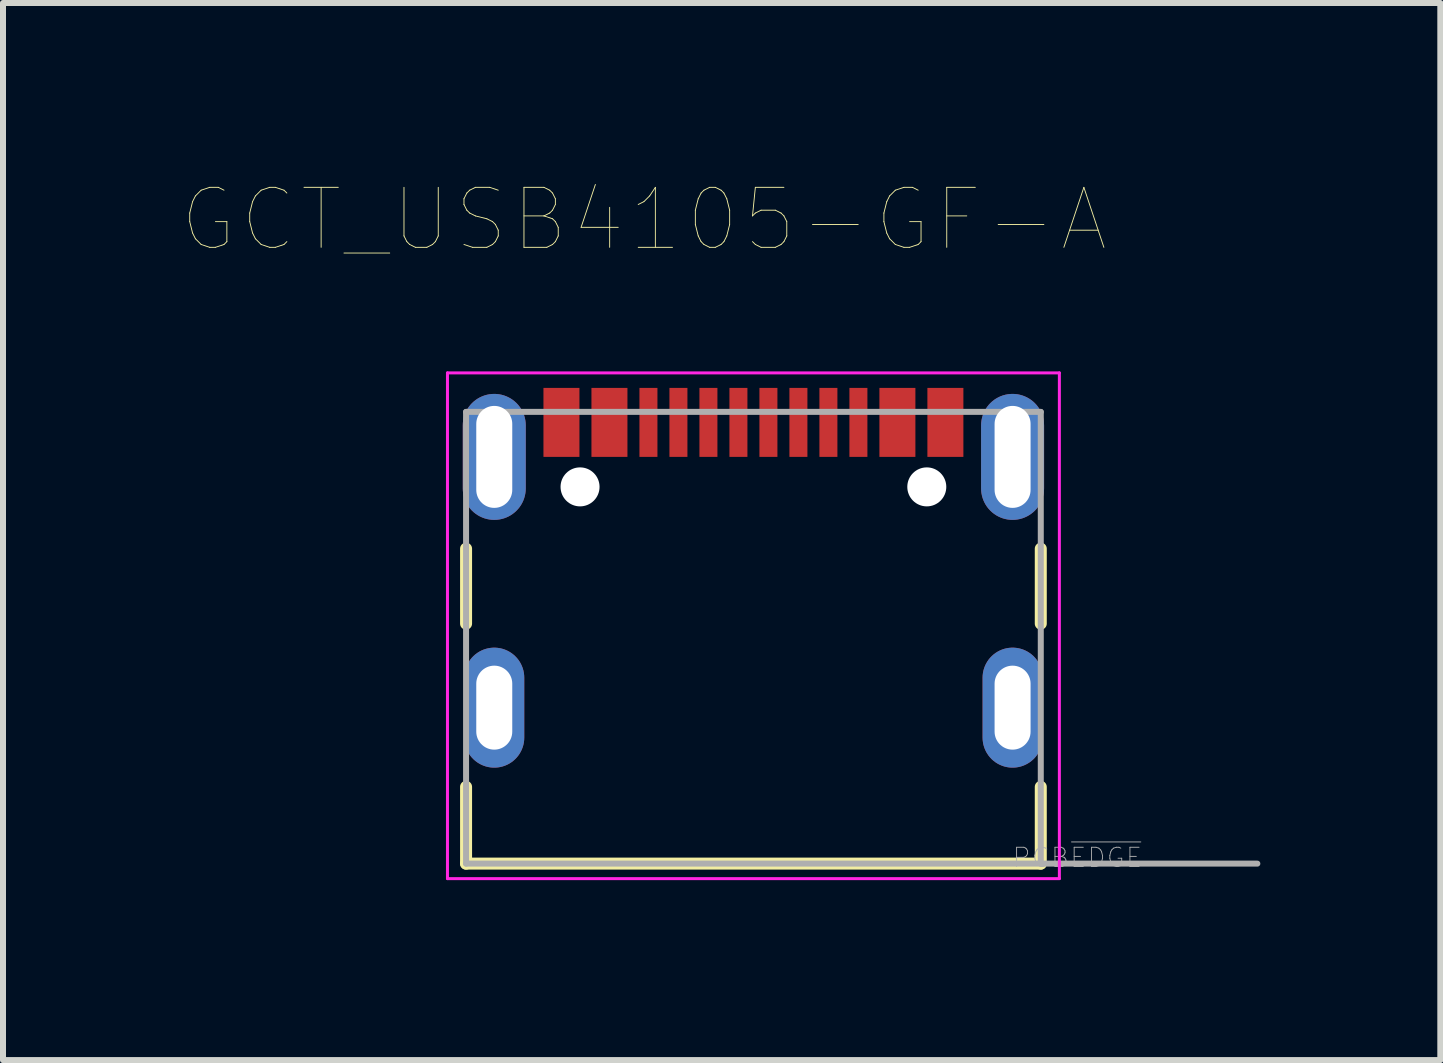
<source format=kicad_pcb>
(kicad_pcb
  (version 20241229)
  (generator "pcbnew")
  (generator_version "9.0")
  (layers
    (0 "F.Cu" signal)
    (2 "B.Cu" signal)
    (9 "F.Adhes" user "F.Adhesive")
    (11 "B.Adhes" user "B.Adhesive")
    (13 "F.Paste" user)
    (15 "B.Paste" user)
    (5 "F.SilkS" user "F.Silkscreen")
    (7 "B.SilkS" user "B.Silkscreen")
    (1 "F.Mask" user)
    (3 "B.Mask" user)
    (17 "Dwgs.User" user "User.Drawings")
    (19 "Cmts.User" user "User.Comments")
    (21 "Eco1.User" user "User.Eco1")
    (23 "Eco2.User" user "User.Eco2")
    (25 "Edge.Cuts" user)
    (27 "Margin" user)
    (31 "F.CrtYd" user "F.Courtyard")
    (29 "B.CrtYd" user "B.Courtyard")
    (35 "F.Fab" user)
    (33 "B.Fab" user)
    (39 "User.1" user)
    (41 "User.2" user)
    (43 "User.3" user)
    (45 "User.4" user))
  (footprint "GCT_USB4105-GF-A"
    (layer "F.Cu")
    (at 9.509 8.746)
    (property "Reference" "GCT_USB4105-GF-A" (at -1.825 -8.135 0) (layer "F.SilkS") (effects (font (size 1 1) (thickness 0.015))))
    (attr through_hole)
    (fp_line (start -4.79 -2.65) (end -4.79 -1.4) (stroke (width 0.2) (type solid)) (layer "F.SilkS"))
    (fp_line (start -4.79 1.32) (end -4.79 2.6) (stroke (width 0.2) (type solid)) (layer "F.SilkS"))
    (fp_line (start -4.79 2.6) (end 4.79 2.6) (stroke (width 0.2) (type solid)) (layer "F.SilkS"))
    (fp_line (start 4.79 -2.65) (end 4.79 -1.4) (stroke (width 0.2) (type solid)) (layer "F.SilkS"))
    (fp_line (start 4.79 2.6) (end 4.79 1.32) (stroke (width 0.2) (type solid)) (layer "F.SilkS"))
    (fp_line (start -5.1 -5.58) (end -5.1 2.85) (stroke (width 0.05) (type solid)) (layer "F.CrtYd"))
    (fp_line (start -5.1 2.85) (end 5.1 2.85) (stroke (width 0.05) (type solid)) (layer "F.CrtYd"))
    (fp_line (start 5.1 -5.58) (end -5.1 -5.58) (stroke (width 0.05) (type solid)) (layer "F.CrtYd"))
    (fp_line (start 5.1 2.85) (end 5.1 -5.58) (stroke (width 0.05) (type solid)) (layer "F.CrtYd"))
    (fp_line (start -4.79 -4.93) (end 4.79 -4.93) (stroke (width 0.1) (type solid)) (layer "F.Fab"))
    (fp_line (start -4.79 2.6) (end -4.79 -4.93) (stroke (width 0.1) (type solid)) (layer "F.Fab"))
    (fp_line (start 4.79 -4.93) (end 4.79 2.6) (stroke (width 0.1) (type solid)) (layer "F.Fab"))
    (fp_line (start 4.79 2.6) (end -4.79 2.6) (stroke (width 0.1) (type solid)) (layer "F.Fab"))
    (fp_line (start 4.8 2.6) (end 8.4 2.6) (stroke (width 0.1) (type solid)) (layer "F.Fab"))
    (fp_text user "PCB~{EDGE}" (at 5.4 2.5 0) (layer "F.Fab") (effects (font (size 0.32 0.32) (thickness 0.015))))
    (pad "" np_thru_hole circle (at -2.89 -3.68) (size 0.65 0.65) (drill 0.65) (layers "*.Cu" "*.Mask"))
    (pad "" np_thru_hole circle (at 2.89 -3.68) (size 0.65 0.65) (drill 0.65) (layers "*.Cu" "*.Mask"))
    (pad "A1_B12" smd rect (at -3.2 -4.755) (size 0.6 1.15) (layers "F.Cu" "F.Mask" "F.Paste"))
    (pad "A4_B9" smd rect (at -2.4 -4.755) (size 0.6 1.15) (layers "F.Cu" "F.Mask" "F.Paste"))
    (pad "A5" smd rect (at -1.25 -4.755) (size 0.3 1.15) (layers "F.Cu" "F.Mask" "F.Paste"))
    (pad "A6" smd rect (at -0.25 -4.755) (size 0.3 1.15) (layers "F.Cu" "F.Mask" "F.Paste"))
    (pad "A7" smd rect (at 0.25 -4.755) (size 0.3 1.15) (layers "F.Cu" "F.Mask" "F.Paste"))
    (pad "A8" smd rect (at 1.25 -4.755) (size 0.3 1.15) (layers "F.Cu" "F.Mask" "F.Paste"))
    (pad "B1_A12" smd rect (at 3.2 -4.755) (size 0.6 1.15) (layers "F.Cu" "F.Mask" "F.Paste"))
    (pad "B4_A9" smd rect (at 2.4 -4.755) (size 0.6 1.15) (layers "F.Cu" "F.Mask" "F.Paste"))
    (pad "B5" smd rect (at 1.75 -4.755) (size 0.3 1.15) (layers "F.Cu" "F.Mask" "F.Paste"))
    (pad "B6" smd rect (at 0.75 -4.755) (size 0.3 1.15) (layers "F.Cu" "F.Mask" "F.Paste"))
    (pad "B7" smd rect (at -0.75 -4.755) (size 0.3 1.15) (layers "F.Cu" "F.Mask" "F.Paste"))
    (pad "B8" smd rect (at -1.75 -4.755) (size 0.3 1.15) (layers "F.Cu" "F.Mask" "F.Paste"))
    (pad "S1" thru_hole oval (at -4.32 -4.18) (size 1.05 2.1) (drill oval 0.6 1.7) (layers "*.Cu" "*.Mask"))
    (pad "S2" thru_hole oval (at -4.32 0) (size 1 2) (drill oval 0.6 1.4) (layers "*.Cu" "*.Mask"))
    (pad "S3" thru_hole oval (at 4.32 0) (size 1 2) (drill oval 0.6 1.4) (layers "*.Cu" "*.Mask"))
    (pad "S4" thru_hole oval (at 4.32 -4.18) (size 1.05 2.1) (drill oval 0.6 1.7) (layers "*.Cu" "*.Mask")))
  (gr_rect
    (start -3 -3)
    (end 20.959 14.621)
    (stroke (width 0.1) (type default))
    (fill no)
    (layer "Edge.Cuts")))
</source>
